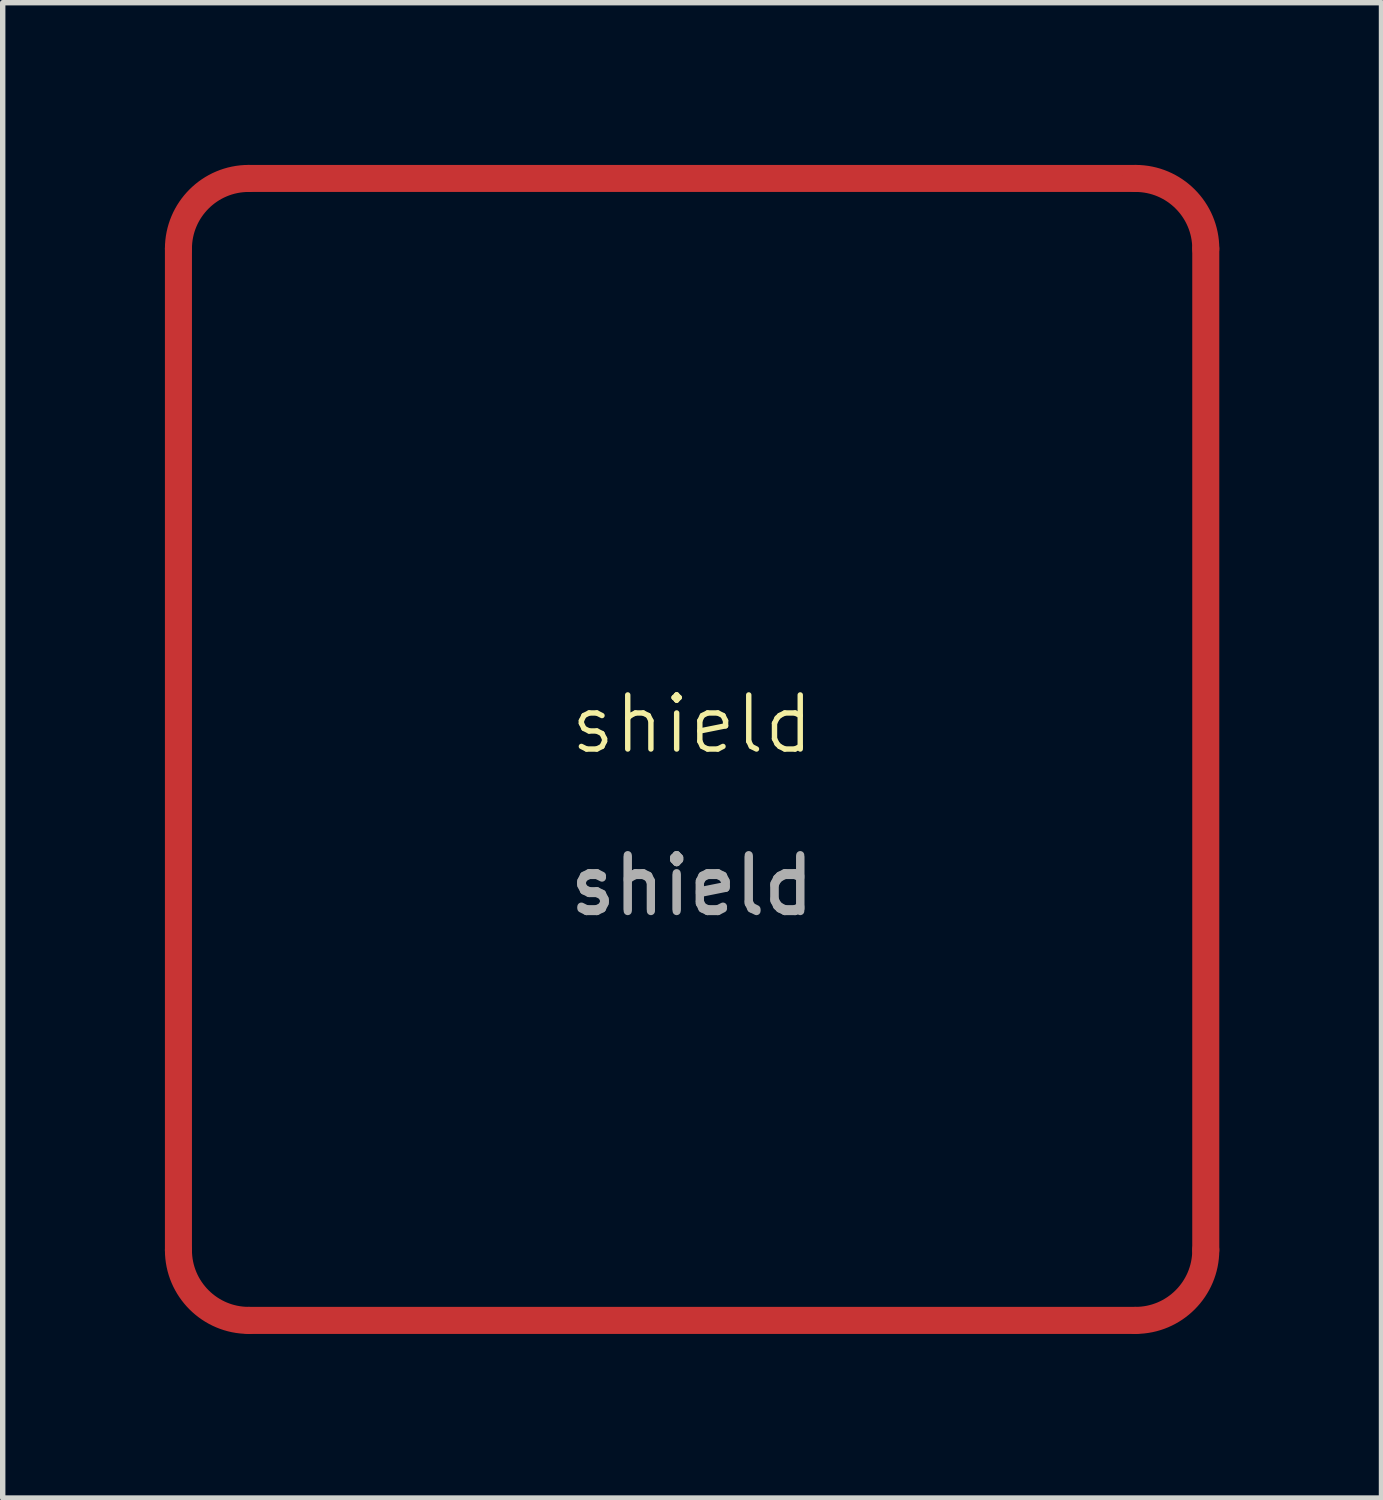
<source format=kicad_pcb>
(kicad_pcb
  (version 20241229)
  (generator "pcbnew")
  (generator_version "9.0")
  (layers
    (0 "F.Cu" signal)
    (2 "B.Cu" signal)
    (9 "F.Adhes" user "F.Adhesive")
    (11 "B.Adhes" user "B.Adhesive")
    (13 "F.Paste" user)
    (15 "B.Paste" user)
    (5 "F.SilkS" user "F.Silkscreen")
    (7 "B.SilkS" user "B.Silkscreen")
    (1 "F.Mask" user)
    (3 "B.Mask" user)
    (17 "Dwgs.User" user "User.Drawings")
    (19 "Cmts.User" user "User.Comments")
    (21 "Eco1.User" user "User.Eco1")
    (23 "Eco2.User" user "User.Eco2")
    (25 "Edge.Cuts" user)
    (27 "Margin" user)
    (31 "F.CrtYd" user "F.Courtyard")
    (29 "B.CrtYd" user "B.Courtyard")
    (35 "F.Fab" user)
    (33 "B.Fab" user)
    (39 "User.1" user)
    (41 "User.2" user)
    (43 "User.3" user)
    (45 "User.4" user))
  (footprint "shield"
    (layer "F.Cu")
    (at 9.75 10.845)
    (property "Reference" "shield" (at 0 -0.5 0) (unlocked yes) (layer "F.SilkS") (effects (font (size 1 1) (thickness 0.1))))
    (attr smd)
    (fp_line (start -9.5 9.225) (end -9.5 -9.295) (stroke (width 0.5) (type default)) (layer "F.Cu"))
    (fp_line (start -8.2 -10.595) (end 8.2 -10.595) (stroke (width 0.5) (type default)) (layer "F.Cu"))
    (fp_line (start 8.2 10.525) (end -8.2 10.525) (stroke (width 0.5) (type default)) (layer "F.Cu"))
    (fp_line (start 9.5 -9.295) (end 9.5 9.225) (stroke (width 0.5) (type default)) (layer "F.Cu"))
    (fp_arc (start -9.5 -9.295) (mid -9.119239 -10.214239) (end -8.2 -10.595) (stroke (width 0.5) (type default)) (layer "F.Cu"))
    (fp_arc (start -8.2 10.525) (mid -9.119239 10.144239) (end -9.5 9.225) (stroke (width 0.5) (type default)) (layer "F.Cu"))
    (fp_arc (start 8.2 -10.595) (mid 9.119239 -10.214239) (end 9.5 -9.295) (stroke (width 0.5) (type default)) (layer "F.Cu"))
    (fp_arc (start 9.5 9.225) (mid 9.119239 10.144239) (end 8.2 10.525) (stroke (width 0.5) (type default)) (layer "F.Cu"))
    (fp_line (start -9.5 9.26) (end -9.5 -9.26) (stroke (width 0.5) (type default)) (layer "F.Mask"))
    (fp_line (start -8.2 -10.56) (end 8.2 -10.56) (stroke (width 0.5) (type default)) (layer "F.Mask"))
    (fp_line (start 8.2 10.56) (end -8.2 10.56) (stroke (width 0.5) (type default)) (layer "F.Mask"))
    (fp_line (start 9.5 -9.26) (end 9.5 9.26) (stroke (width 0.5) (type default)) (layer "F.Mask"))
    (fp_arc (start -9.5 -9.26) (mid -9.119239 -10.179239) (end -8.2 -10.56) (stroke (width 0.5) (type default)) (layer "F.Mask"))
    (fp_arc (start -8.2 10.56) (mid -9.119239 10.179239) (end -9.5 9.26) (stroke (width 0.5) (type default)) (layer "F.Mask"))
    (fp_arc (start 8.2 -10.56) (mid 9.119239 -10.179239) (end 9.5 -9.26) (stroke (width 0.5) (type default)) (layer "F.Mask"))
    (fp_arc (start 9.5 9.26) (mid 9.119239 10.179239) (end 8.2 10.56) (stroke (width 0.5) (type default)) (layer "F.Mask"))
    (fp_text user "${REFERENCE}" (at 0 2.5 0) (unlocked yes) (layer "F.Fab") (effects (font (size 1 1) (thickness 0.15))))
    (fp_text user "${REFERENCE}" (at 0 2.465 0) (unlocked yes) (layer "F.Fab") (effects (font (size 1 1) (thickness 0.15)))))
  (gr_rect
    (start -3 -3)
    (end 22.5 24.655)
    (stroke (width 0.1) (type default))
    (fill no)
    (layer "Edge.Cuts")))
</source>
